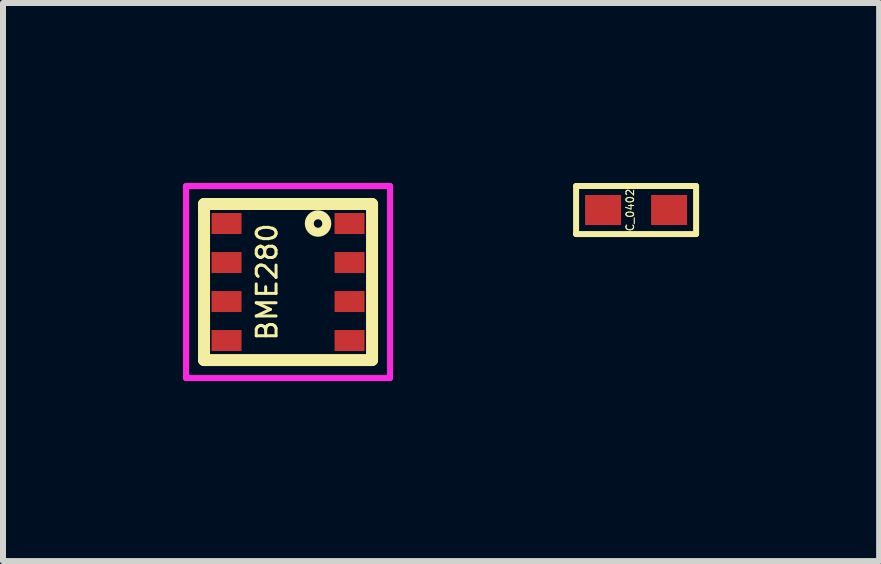
<source format=kicad_pcb>
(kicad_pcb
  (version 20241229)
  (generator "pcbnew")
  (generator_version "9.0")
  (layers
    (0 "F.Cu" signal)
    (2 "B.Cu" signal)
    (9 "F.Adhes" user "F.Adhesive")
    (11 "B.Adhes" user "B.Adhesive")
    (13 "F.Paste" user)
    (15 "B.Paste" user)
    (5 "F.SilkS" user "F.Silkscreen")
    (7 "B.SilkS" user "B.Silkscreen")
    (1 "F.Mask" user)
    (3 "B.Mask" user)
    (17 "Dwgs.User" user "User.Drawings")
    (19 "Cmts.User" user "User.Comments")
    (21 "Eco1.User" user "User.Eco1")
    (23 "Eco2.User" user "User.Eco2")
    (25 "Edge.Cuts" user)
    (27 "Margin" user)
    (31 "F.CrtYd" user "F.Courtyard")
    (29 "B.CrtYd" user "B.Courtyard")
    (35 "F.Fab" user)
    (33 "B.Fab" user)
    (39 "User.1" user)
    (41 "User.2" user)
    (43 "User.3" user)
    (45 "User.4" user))
  (footprint "BME280"
    (layer "F.Cu")
    (at 1.75 1.65)
    (property "Reference" "BME280" (at -0.35 0 90) (layer "F.SilkS") (effects (font (size 0.33 0.33) (thickness 0.05))))
    (attr through_hole)
    (fp_line (start -1.4 -1.3) (end -1.4 -1.2) (stroke (width 0.2) (type solid)) (layer "F.SilkS"))
    (fp_line (start -1.4 -1.2) (end -1.4 1.3) (stroke (width 0.2) (type solid)) (layer "F.SilkS"))
    (fp_line (start -1.4 1.3) (end 1.4 1.3) (stroke (width 0.2) (type solid)) (layer "F.SilkS"))
    (fp_line (start 1.4 -1.3) (end -1.4 -1.3) (stroke (width 0.2) (type solid)) (layer "F.SilkS"))
    (fp_line (start 1.4 -1.2) (end 1.4 -1.3) (stroke (width 0.2) (type solid)) (layer "F.SilkS"))
    (fp_line (start 1.4 1.3) (end 1.4 -1.2) (stroke (width 0.2) (type solid)) (layer "F.SilkS"))
    (fp_circle (center 0.5 -0.975) (end 0.55 -0.925) (stroke (width 0.15) (type solid)) (fill no) (layer "F.SilkS"))
    (fp_line (start -1.7 -1.6) (end -1.7 1.6) (stroke (width 0.1) (type solid)) (layer "F.CrtYd"))
    (fp_line (start -1.7 1.6) (end 1.7 1.6) (stroke (width 0.1) (type solid)) (layer "F.CrtYd"))
    (fp_line (start 1.7 -1.6) (end -1.7 -1.6) (stroke (width 0.1) (type solid)) (layer "F.CrtYd"))
    (fp_line (start 1.7 1.6) (end 1.7 -1.6) (stroke (width 0.1) (type solid)) (layer "F.CrtYd"))
    (pad "1" smd rect (at 1.025 -0.975) (size 0.5 0.35) (layers "F.Cu" "F.Mask" "F.Paste"))
    (pad "2" smd rect (at 1.025 -0.325) (size 0.5 0.35) (layers "F.Cu" "F.Mask" "F.Paste"))
    (pad "3" smd rect (at 1.025 0.325) (size 0.5 0.35) (layers "F.Cu" "F.Mask" "F.Paste"))
    (pad "4" smd rect (at 1.025 0.975) (size 0.5 0.35) (layers "F.Cu" "F.Mask" "F.Paste"))
    (pad "5" smd rect (at -1.025 0.975) (size 0.5 0.35) (layers "F.Cu" "F.Mask" "F.Paste"))
    (pad "6" smd rect (at -1.025 0.325) (size 0.5 0.35) (layers "F.Cu" "F.Mask" "F.Paste"))
    (pad "7" smd rect (at -1.025 -0.325) (size 0.5 0.35) (layers "F.Cu" "F.Mask" "F.Paste"))
    (pad "8" smd rect (at -1.025 -0.975) (size 0.5 0.35) (layers "F.Cu" "F.Mask" "F.Paste")))
  (footprint "C_0402"
    (layer "F.Cu")
    (at 7.55 0.45)
    (property "Reference" "C_0402" (at -0.1 0 90) (layer "F.SilkS") (effects (font (size 0.127 0.127) (thickness 0.019))))
    (attr smd)
    (fp_line (start -1 -0.4) (end 1 -0.4) (stroke (width 0.1) (type solid)) (layer "F.SilkS"))
    (fp_line (start -1 0.4) (end -1 -0.4) (stroke (width 0.1) (type solid)) (layer "F.SilkS"))
    (fp_line (start 1 -0.4) (end 1 0.4) (stroke (width 0.1) (type solid)) (layer "F.SilkS"))
    (fp_line (start 1 0.4) (end -1 0.4) (stroke (width 0.1) (type solid)) (layer "F.SilkS"))
    (pad "1" smd rect (at -0.55 0) (size 0.6 0.5) (layers "F.Cu" "F.Mask" "F.Paste"))
    (pad "2" smd rect (at 0.55 0) (size 0.6 0.5) (layers "F.Cu" "F.Mask" "F.Paste")))
  (gr_rect
    (start -3 -3)
    (end 11.6 6.3)
    (stroke (width 0.1) (type default))
    (fill no)
    (layer "Edge.Cuts")))
</source>
